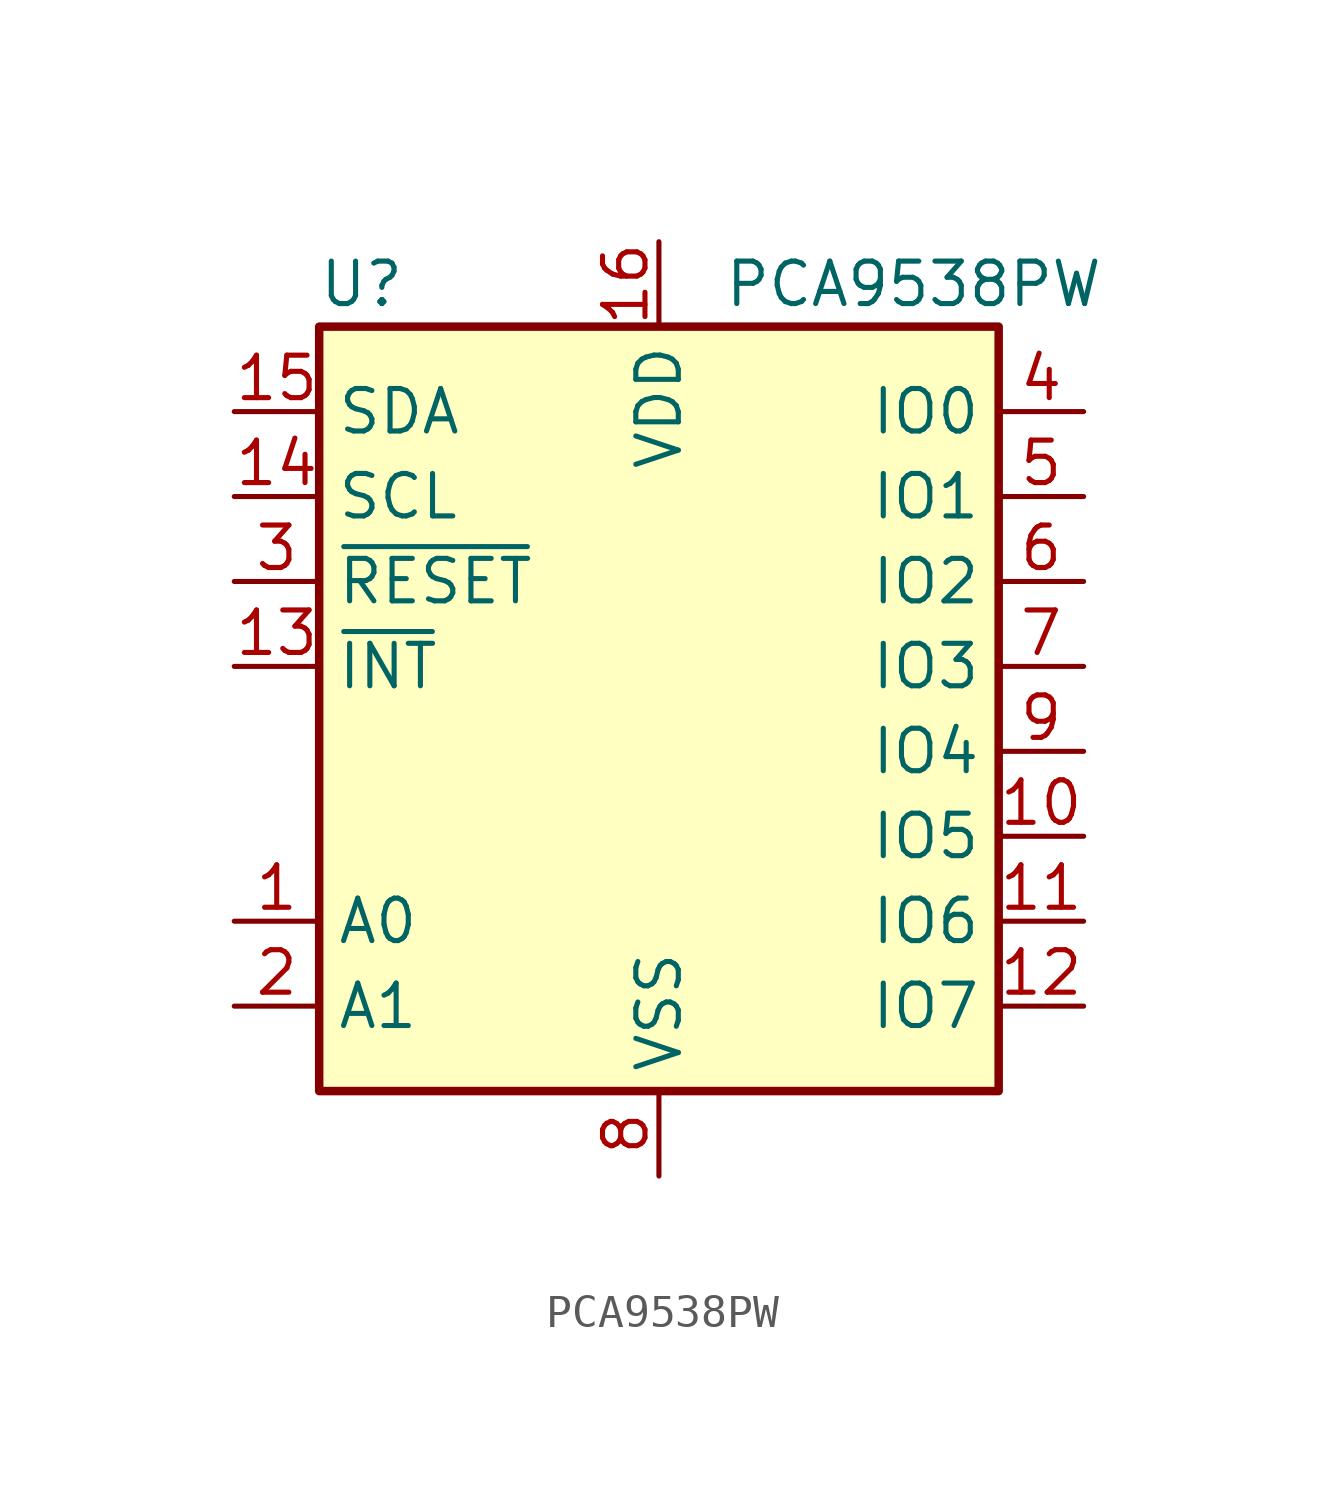
<source format=kicad_sym>
(kicad_symbol_lib
  (version 20211014)
  (generator kicad_symbol_editor)
  (symbol "PCA9538PW"
    (property "Reference" "U"
      (at -8.89 12.7 0)
      (effects (font (size 1.27 1.27))))
    (property "Value" "PCA9538PW"
      (at 7.62 12.7 0)
      (effects (font (size 1.27 1.27))))
    (symbol "PCA9538PW_0_1"
      (rectangle (start -10.16 11.43) (end 10.16 -11.43) (stroke (width 0.254) (type default) (color 0 0 0 0)) (fill (type background))))
    (symbol "PCA9538PW_1_1"
      (pin input line (at -12.7 -6.35 0) (length 2.54) (name "A0" (effects (font (size 1.27 1.27)))) (number "1" (effects (font (size 1.27 1.27)))))
      (pin bidirectional line (at 12.7 -3.81 180) (length 2.54) (name "IO5" (effects (font (size 1.27 1.27)))) (number "10" (effects (font (size 1.27 1.27)))))
      (pin bidirectional line (at 12.7 -6.35 180) (length 2.54) (name "IO6" (effects (font (size 1.27 1.27)))) (number "11" (effects (font (size 1.27 1.27)))))
      (pin bidirectional line (at 12.7 -8.89 180) (length 2.54) (name "IO7" (effects (font (size 1.27 1.27)))) (number "12" (effects (font (size 1.27 1.27)))))
      (pin open_collector line (at -12.7 1.27 0) (length 2.54) (name "~{INT}" (effects (font (size 1.27 1.27)))) (number "13" (effects (font (size 1.27 1.27)))))
      (pin input line (at -12.7 6.35 0) (length 2.54) (name "SCL" (effects (font (size 1.27 1.27)))) (number "14" (effects (font (size 1.27 1.27)))))
      (pin bidirectional line (at -12.7 8.89 0) (length 2.54) (name "SDA" (effects (font (size 1.27 1.27)))) (number "15" (effects (font (size 1.27 1.27)))))
      (pin power_in line (at 0 13.97 270) (length 2.54) (name "VDD" (effects (font (size 1.27 1.27)))) (number "16" (effects (font (size 1.27 1.27)))))
      (pin input line (at -12.7 -8.89 0) (length 2.54) (name "A1" (effects (font (size 1.27 1.27)))) (number "2" (effects (font (size 1.27 1.27)))))
      (pin input line (at -12.7 3.81 0) (length 2.54) (name "~{RESET}" (effects (font (size 1.27 1.27)))) (number "3" (effects (font (size 1.27 1.27)))))
      (pin bidirectional line (at 12.7 8.89 180) (length 2.54) (name "IO0" (effects (font (size 1.27 1.27)))) (number "4" (effects (font (size 1.27 1.27)))))
      (pin bidirectional line (at 12.7 6.35 180) (length 2.54) (name "IO1" (effects (font (size 1.27 1.27)))) (number "5" (effects (font (size 1.27 1.27)))))
      (pin bidirectional line (at 12.7 3.81 180) (length 2.54) (name "IO2" (effects (font (size 1.27 1.27)))) (number "6" (effects (font (size 1.27 1.27)))))
      (pin bidirectional line (at 12.7 1.27 180) (length 2.54) (name "IO3" (effects (font (size 1.27 1.27)))) (number "7" (effects (font (size 1.27 1.27)))))
      (pin power_in line (at 0 -13.97 90) (length 2.54) (name "VSS" (effects (font (size 1.27 1.27)))) (number "8" (effects (font (size 1.27 1.27)))))
      (pin bidirectional line (at 12.7 -1.27 180) (length 2.54) (name "IO4" (effects (font (size 1.27 1.27)))) (number "9" (effects (font (size 1.27 1.27))))))))
</source>
